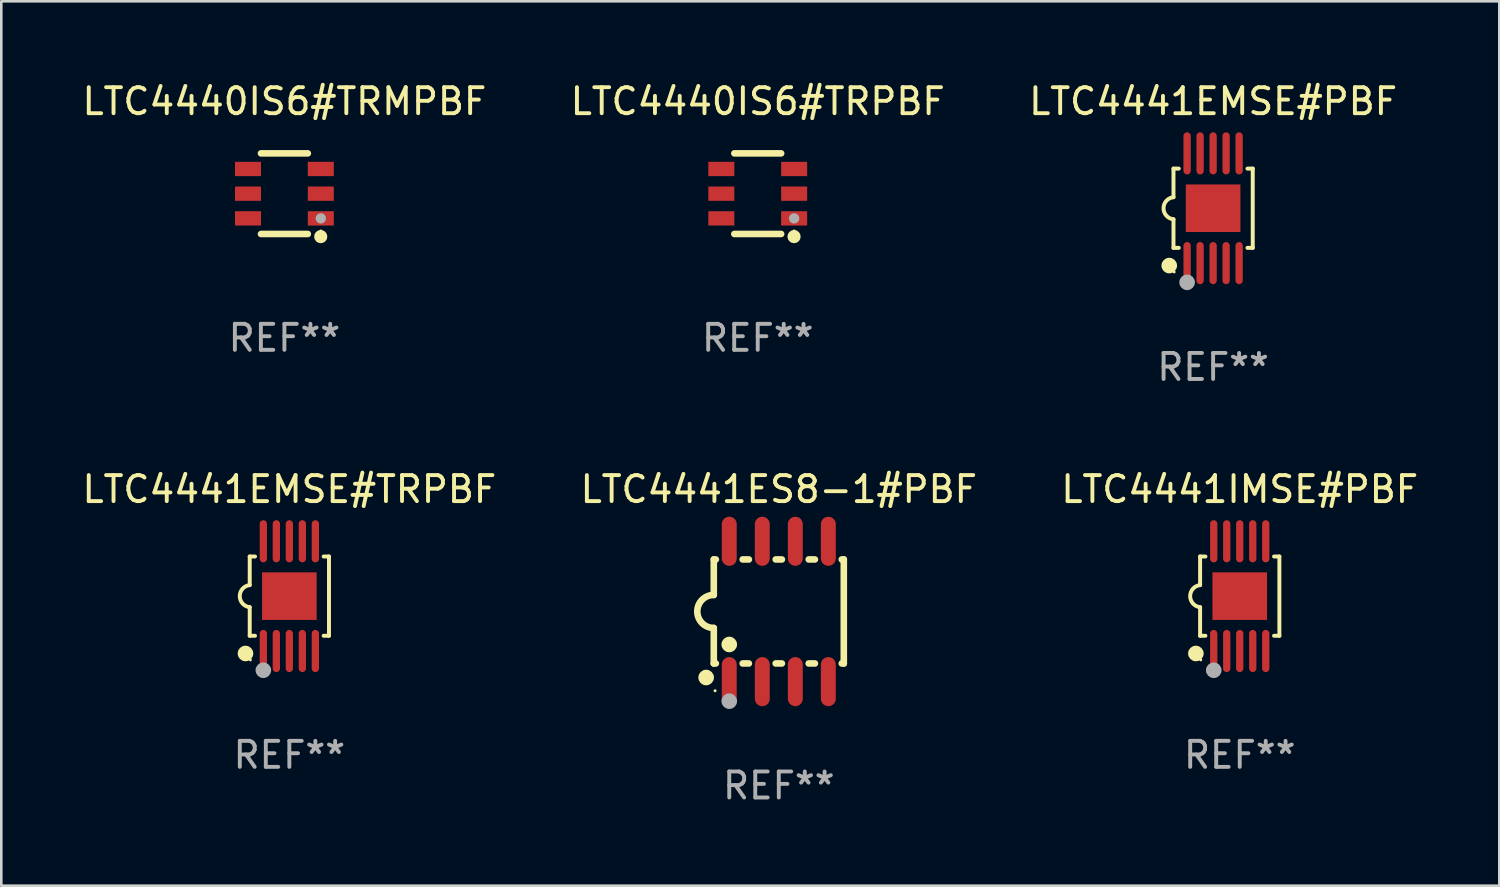
<source format=kicad_pcb>
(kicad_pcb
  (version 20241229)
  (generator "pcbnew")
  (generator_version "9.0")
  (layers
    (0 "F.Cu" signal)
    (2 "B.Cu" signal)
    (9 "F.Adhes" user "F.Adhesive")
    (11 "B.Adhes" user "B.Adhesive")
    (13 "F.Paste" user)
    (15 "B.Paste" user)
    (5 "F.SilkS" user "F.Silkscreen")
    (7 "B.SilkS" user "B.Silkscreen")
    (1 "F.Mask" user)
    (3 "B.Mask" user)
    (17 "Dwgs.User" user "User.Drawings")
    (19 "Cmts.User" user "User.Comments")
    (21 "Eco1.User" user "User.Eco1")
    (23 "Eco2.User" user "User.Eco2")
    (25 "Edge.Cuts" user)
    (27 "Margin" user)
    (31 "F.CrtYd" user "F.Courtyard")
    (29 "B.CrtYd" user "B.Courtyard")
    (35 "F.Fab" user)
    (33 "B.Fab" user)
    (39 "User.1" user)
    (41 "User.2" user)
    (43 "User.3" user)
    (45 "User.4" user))
  (footprint "LTC4441IMSE#PBF"
    (layer "F.Cu")
    (at 44.625 19.875)
    (property "Reference" "LTC4441IMSE#PBF" (at 0 -4.11 0) (layer "F.SilkS") (effects (font (size 1 1) (thickness 0.15))))
    (attr through_hole)
    (fp_line (start -1.524 -1.524) (end -1.524 -0.424) (stroke (width 0.152) (type solid)) (layer "F.SilkS"))
    (fp_line (start -1.524 1.524) (end -1.524 0.424) (stroke (width 0.152) (type solid)) (layer "F.SilkS"))
    (fp_line (start -1.524 1.524) (end -1.32 1.524) (stroke (width 0.152) (type solid)) (layer "F.SilkS"))
    (fp_line (start -1.32 -1.524) (end -1.524 -1.524) (stroke (width 0.152) (type solid)) (layer "F.SilkS"))
    (fp_line (start 1.32 1.524) (end 1.524 1.524) (stroke (width 0.152) (type solid)) (layer "F.SilkS"))
    (fp_line (start 1.524 -1.524) (end 1.32 -1.524) (stroke (width 0.152) (type solid)) (layer "F.SilkS"))
    (fp_line (start 1.524 1.524) (end 1.524 -1.524) (stroke (width 0.152) (type solid)) (layer "F.SilkS"))
    (fp_arc (start -1.524003 0.424003) (mid -1.906663 -0.000089) (end -1.524004 -0.424181) (stroke (width 0.151994) (type solid)) (layer "F.SilkS"))
    (fp_circle (center -1.687 2.205) (end -1.537 2.205) (stroke (width 0.3) (type solid)) (fill no) (layer "F.SilkS"))
    (fp_circle (center -1.5 2.45) (end -1.47 2.45) (stroke (width 0.06) (type solid)) (fill no) (layer "F.SilkS"))
    (fp_circle (center -1 2.85) (end -0.85 2.85) (stroke (width 0.3) (type solid)) (fill no) (layer "F.Fab"))
    (fp_text user "REF**" (at 0 6.11 0) (layer "F.Fab") (effects (font (size 1 1) (thickness 0.15))))
    (pad "1" smd oval (at -1 2.11) (size 0.28 1.62) (layers "F.Cu" "F.Mask" "F.Paste"))
    (pad "2" smd oval (at -0.5 2.11) (size 0.28 1.62) (layers "F.Cu" "F.Mask" "F.Paste"))
    (pad "3" smd oval (at 0 2.11) (size 0.28 1.62) (layers "F.Cu" "F.Mask" "F.Paste"))
    (pad "4" smd oval (at 0.5 2.11) (size 0.28 1.62) (layers "F.Cu" "F.Mask" "F.Paste"))
    (pad "5" smd oval (at 1 2.11) (size 0.28 1.62) (layers "F.Cu" "F.Mask" "F.Paste"))
    (pad "6" smd oval (at 1 -2.11) (size 0.28 1.62) (layers "F.Cu" "F.Mask" "F.Paste"))
    (pad "7" smd oval (at 0.5 -2.11) (size 0.28 1.62) (layers "F.Cu" "F.Mask" "F.Paste"))
    (pad "8" smd oval (at 0 -2.11) (size 0.28 1.62) (layers "F.Cu" "F.Mask" "F.Paste"))
    (pad "9" smd oval (at -0.5 -2.11) (size 0.28 1.62) (layers "F.Cu" "F.Mask" "F.Paste"))
    (pad "10" smd oval (at -1 -2.11) (size 0.28 1.62) (layers "F.Cu" "F.Mask" "F.Paste"))
    (pad "11" smd rect (at 0 0) (size 2.1 1.83) (layers "F.Cu" "F.Mask" "F.Paste")))
  (footprint "LTC4441EMSE#PBF"
    (layer "F.Cu")
    (at 43.601 4.958)
    (property "Reference" "LTC4441EMSE#PBF" (at 0 -4.11 0) (layer "F.SilkS") (effects (font (size 1 1) (thickness 0.15))))
    (attr through_hole)
    (fp_line (start -1.524 -1.524) (end -1.524 -0.424) (stroke (width 0.152) (type solid)) (layer "F.SilkS"))
    (fp_line (start -1.524 1.524) (end -1.524 0.424) (stroke (width 0.152) (type solid)) (layer "F.SilkS"))
    (fp_line (start -1.524 1.524) (end -1.32 1.524) (stroke (width 0.152) (type solid)) (layer "F.SilkS"))
    (fp_line (start -1.32 -1.524) (end -1.524 -1.524) (stroke (width 0.152) (type solid)) (layer "F.SilkS"))
    (fp_line (start 1.32 1.524) (end 1.524 1.524) (stroke (width 0.152) (type solid)) (layer "F.SilkS"))
    (fp_line (start 1.524 -1.524) (end 1.32 -1.524) (stroke (width 0.152) (type solid)) (layer "F.SilkS"))
    (fp_line (start 1.524 1.524) (end 1.524 -1.524) (stroke (width 0.152) (type solid)) (layer "F.SilkS"))
    (fp_arc (start -1.524003 0.424003) (mid -1.906663 -0.000089) (end -1.524004 -0.424181) (stroke (width 0.151994) (type solid)) (layer "F.SilkS"))
    (fp_circle (center -1.687 2.205) (end -1.537 2.205) (stroke (width 0.3) (type solid)) (fill no) (layer "F.SilkS"))
    (fp_circle (center -1.5 2.45) (end -1.47 2.45) (stroke (width 0.06) (type solid)) (fill no) (layer "F.SilkS"))
    (fp_circle (center -1 2.85) (end -0.85 2.85) (stroke (width 0.3) (type solid)) (fill no) (layer "F.Fab"))
    (fp_text user "REF**" (at 0 6.11 0) (layer "F.Fab") (effects (font (size 1 1) (thickness 0.15))))
    (pad "1" smd oval (at -1 2.11) (size 0.28 1.62) (layers "F.Cu" "F.Mask" "F.Paste"))
    (pad "2" smd oval (at -0.5 2.11) (size 0.28 1.62) (layers "F.Cu" "F.Mask" "F.Paste"))
    (pad "3" smd oval (at 0 2.11) (size 0.28 1.62) (layers "F.Cu" "F.Mask" "F.Paste"))
    (pad "4" smd oval (at 0.5 2.11) (size 0.28 1.62) (layers "F.Cu" "F.Mask" "F.Paste"))
    (pad "5" smd oval (at 1 2.11) (size 0.28 1.62) (layers "F.Cu" "F.Mask" "F.Paste"))
    (pad "6" smd oval (at 1 -2.11) (size 0.28 1.62) (layers "F.Cu" "F.Mask" "F.Paste"))
    (pad "7" smd oval (at 0.5 -2.11) (size 0.28 1.62) (layers "F.Cu" "F.Mask" "F.Paste"))
    (pad "8" smd oval (at 0 -2.11) (size 0.28 1.62) (layers "F.Cu" "F.Mask" "F.Paste"))
    (pad "9" smd oval (at -0.5 -2.11) (size 0.28 1.62) (layers "F.Cu" "F.Mask" "F.Paste"))
    (pad "10" smd oval (at -1 -2.11) (size 0.28 1.62) (layers "F.Cu" "F.Mask" "F.Paste"))
    (pad "11" smd rect (at 0 0) (size 2.1 1.83) (layers "F.Cu" "F.Mask" "F.Paste")))
  (footprint "LTC4441EMSE#TRPBF"
    (layer "F.Cu")
    (at 8.077 19.875)
    (property "Reference" "LTC4441EMSE#TRPBF" (at 0 -4.11 0) (layer "F.SilkS") (effects (font (size 1 1) (thickness 0.15))))
    (attr through_hole)
    (fp_line (start -1.524 -1.524) (end -1.524 -0.424) (stroke (width 0.152) (type solid)) (layer "F.SilkS"))
    (fp_line (start -1.524 1.524) (end -1.524 0.424) (stroke (width 0.152) (type solid)) (layer "F.SilkS"))
    (fp_line (start -1.524 1.524) (end -1.32 1.524) (stroke (width 0.152) (type solid)) (layer "F.SilkS"))
    (fp_line (start -1.32 -1.524) (end -1.524 -1.524) (stroke (width 0.152) (type solid)) (layer "F.SilkS"))
    (fp_line (start 1.32 1.524) (end 1.524 1.524) (stroke (width 0.152) (type solid)) (layer "F.SilkS"))
    (fp_line (start 1.524 -1.524) (end 1.32 -1.524) (stroke (width 0.152) (type solid)) (layer "F.SilkS"))
    (fp_line (start 1.524 1.524) (end 1.524 -1.524) (stroke (width 0.152) (type solid)) (layer "F.SilkS"))
    (fp_arc (start -1.524003 0.424003) (mid -1.906663 -0.000089) (end -1.524004 -0.424181) (stroke (width 0.151994) (type solid)) (layer "F.SilkS"))
    (fp_circle (center -1.687 2.205) (end -1.537 2.205) (stroke (width 0.3) (type solid)) (fill no) (layer "F.SilkS"))
    (fp_circle (center -1.5 2.45) (end -1.47 2.45) (stroke (width 0.06) (type solid)) (fill no) (layer "F.SilkS"))
    (fp_circle (center -1 2.85) (end -0.85 2.85) (stroke (width 0.3) (type solid)) (fill no) (layer "F.Fab"))
    (fp_text user "REF**" (at 0 6.11 0) (layer "F.Fab") (effects (font (size 1 1) (thickness 0.15))))
    (pad "1" smd oval (at -1 2.11) (size 0.28 1.62) (layers "F.Cu" "F.Mask" "F.Paste"))
    (pad "2" smd oval (at -0.5 2.11) (size 0.28 1.62) (layers "F.Cu" "F.Mask" "F.Paste"))
    (pad "3" smd oval (at 0 2.11) (size 0.28 1.62) (layers "F.Cu" "F.Mask" "F.Paste"))
    (pad "4" smd oval (at 0.5 2.11) (size 0.28 1.62) (layers "F.Cu" "F.Mask" "F.Paste"))
    (pad "5" smd oval (at 1 2.11) (size 0.28 1.62) (layers "F.Cu" "F.Mask" "F.Paste"))
    (pad "6" smd oval (at 1 -2.11) (size 0.28 1.62) (layers "F.Cu" "F.Mask" "F.Paste"))
    (pad "7" smd oval (at 0.5 -2.11) (size 0.28 1.62) (layers "F.Cu" "F.Mask" "F.Paste"))
    (pad "8" smd oval (at 0 -2.11) (size 0.28 1.62) (layers "F.Cu" "F.Mask" "F.Paste"))
    (pad "9" smd oval (at -0.5 -2.11) (size 0.28 1.62) (layers "F.Cu" "F.Mask" "F.Paste"))
    (pad "10" smd oval (at -1 -2.11) (size 0.28 1.62) (layers "F.Cu" "F.Mask" "F.Paste"))
    (pad "11" smd rect (at 0 0) (size 2.1 1.83) (layers "F.Cu" "F.Mask" "F.Paste")))
  (footprint "LTC4441ES8-1#PBF"
    (layer "F.Cu")
    (at 26.899 20.464)
    (property "Reference" "LTC4441ES8-1#PBF" (at 0 -4.699 0) (layer "F.SilkS") (effects (font (size 1 1) (thickness 0.15))))
    (attr through_hole)
    (fp_line (start -2.5 -2) (end -2.5 -0.635) (stroke (width 0.254) (type solid)) (layer "F.SilkS"))
    (fp_line (start -2.5 -2) (end -2.421 -2) (stroke (width 0.254) (type solid)) (layer "F.SilkS"))
    (fp_line (start -2.5 2) (end -2.5 0.635) (stroke (width 0.254) (type solid)) (layer "F.SilkS"))
    (fp_line (start -2.5 2) (end -2.421 2) (stroke (width 0.254) (type solid)) (layer "F.SilkS"))
    (fp_line (start -1.389 -2) (end -1.151 -2) (stroke (width 0.254) (type solid)) (layer "F.SilkS"))
    (fp_line (start -1.389 2) (end -1.151 2) (stroke (width 0.254) (type solid)) (layer "F.SilkS"))
    (fp_line (start -0.119 -2) (end 0.119 -2) (stroke (width 0.254) (type solid)) (layer "F.SilkS"))
    (fp_line (start -0.119 2) (end 0.119 2) (stroke (width 0.254) (type solid)) (layer "F.SilkS"))
    (fp_line (start 1.151 -2) (end 1.389 -2) (stroke (width 0.254) (type solid)) (layer "F.SilkS"))
    (fp_line (start 1.151 2) (end 1.389 2) (stroke (width 0.254) (type solid)) (layer "F.SilkS"))
    (fp_line (start 2.421 -2) (end 2.5 -2) (stroke (width 0.254) (type solid)) (layer "F.SilkS"))
    (fp_line (start 2.421 2) (end 2.5 2) (stroke (width 0.254) (type solid)) (layer "F.SilkS"))
    (fp_line (start 2.5 -2) (end 2.5 2) (stroke (width 0.254) (type solid)) (layer "F.SilkS"))
    (fp_arc (start -2.5 0.635001) (mid -3.134366 -0.000318) (end -2.499365 -0.635001) (stroke (width 0.254001) (type solid)) (layer "F.SilkS"))
    (fp_circle (center -2.794 2.54) (end -2.644 2.54) (stroke (width 0.3) (type solid)) (fill no) (layer "F.SilkS"))
    (fp_circle (center -2.45 3.05) (end -2.42 3.05) (stroke (width 0.06) (type solid)) (fill no) (layer "F.SilkS"))
    (fp_circle (center -1.905 1.27) (end -1.755 1.27) (stroke (width 0.3) (type solid)) (fill no) (layer "F.SilkS"))
    (fp_circle (center -1.905 3.45) (end -1.755 3.45) (stroke (width 0.3) (type solid)) (fill no) (layer "F.Fab"))
    (fp_text user "REF**" (at 0 6.699 0) (layer "F.Fab") (effects (font (size 1 1) (thickness 0.15))))
    (pad "1" smd oval (at -1.905 2.699) (size 0.574 1.888) (layers "F.Cu" "F.Mask" "F.Paste"))
    (pad "2" smd oval (at -0.635 2.699) (size 0.574 1.888) (layers "F.Cu" "F.Mask" "F.Paste"))
    (pad "3" smd oval (at 0.635 2.699) (size 0.574 1.888) (layers "F.Cu" "F.Mask" "F.Paste"))
    (pad "4" smd oval (at 1.905 2.699) (size 0.574 1.888) (layers "F.Cu" "F.Mask" "F.Paste"))
    (pad "5" smd oval (at 1.905 -2.699) (size 0.574 1.888) (layers "F.Cu" "F.Mask" "F.Paste"))
    (pad "6" smd oval (at 0.635 -2.699) (size 0.574 1.888) (layers "F.Cu" "F.Mask" "F.Paste"))
    (pad "7" smd oval (at -0.635 -2.699) (size 0.574 1.888) (layers "F.Cu" "F.Mask" "F.Paste"))
    (pad "8" smd oval (at -1.905 -2.699) (size 0.574 1.888) (layers "F.Cu" "F.Mask" "F.Paste")))
  (footprint "LTC4440IS6#TRPBF"
    (layer "F.Cu")
    (at 26.089 4.398)
    (property "Reference" "LTC4440IS6#TRPBF" (at 0 -3.55 0) (layer "F.SilkS") (effects (font (size 1 1) (thickness 0.15))))
    (attr through_hole)
    (fp_line (start -0.9 -1.55) (end 0.9 -1.55) (stroke (width 0.254) (type solid)) (layer "F.SilkS"))
    (fp_line (start -0.9 1.55) (end 0.9 1.55) (stroke (width 0.254) (type solid)) (layer "F.SilkS"))
    (fp_circle (center 1.397 1.651) (end 1.524 1.651) (stroke (width 0.254) (type solid)) (fill no) (layer "F.SilkS"))
    (fp_circle (center 1.4 1.435) (end 1.43 1.435) (stroke (width 0.06) (type solid)) (fill no) (layer "F.SilkS"))
    (fp_circle (center 1.4 0.95) (end 1.5 0.95) (stroke (width 0.2) (type solid)) (fill no) (layer "F.Fab"))
    (fp_text user "REF**" (at 0 5.55 0) (layer "F.Fab") (effects (font (size 1 1) (thickness 0.15))))
    (pad "1" smd rect (at 1.4 0.95) (size 1 0.55) (layers "F.Cu" "F.Mask" "F.Paste"))
    (pad "2" smd rect (at 1.4 -0.000102) (size 1 0.55) (layers "F.Cu" "F.Mask" "F.Paste"))
    (pad "3" smd rect (at 1.4 -0.95) (size 1 0.55) (layers "F.Cu" "F.Mask" "F.Paste"))
    (pad "4" smd rect (at -1.4 -0.95) (size 1 0.55) (layers "F.Cu" "F.Mask" "F.Paste"))
    (pad "5" smd rect (at -1.4 -0.000102) (size 1 0.55) (layers "F.Cu" "F.Mask" "F.Paste"))
    (pad "6" smd rect (at -1.4 0.95) (size 1 0.55) (layers "F.Cu" "F.Mask" "F.Paste")))
  (footprint "LTC4440IS6#TRMPBF"
    (layer "F.Cu")
    (at 7.887 4.398)
    (property "Reference" "LTC4440IS6#TRMPBF" (at 0 -3.55 0) (layer "F.SilkS") (effects (font (size 1 1) (thickness 0.15))))
    (attr through_hole)
    (fp_line (start -0.9 -1.55) (end 0.9 -1.55) (stroke (width 0.254) (type solid)) (layer "F.SilkS"))
    (fp_line (start -0.9 1.55) (end 0.9 1.55) (stroke (width 0.254) (type solid)) (layer "F.SilkS"))
    (fp_circle (center 1.397 1.651) (end 1.524 1.651) (stroke (width 0.254) (type solid)) (fill no) (layer "F.SilkS"))
    (fp_circle (center 1.4 1.435) (end 1.43 1.435) (stroke (width 0.06) (type solid)) (fill no) (layer "F.SilkS"))
    (fp_circle (center 1.4 0.95) (end 1.5 0.95) (stroke (width 0.2) (type solid)) (fill no) (layer "F.Fab"))
    (fp_text user "REF**" (at 0 5.55 0) (layer "F.Fab") (effects (font (size 1 1) (thickness 0.15))))
    (pad "1" smd rect (at 1.4 0.95) (size 1 0.55) (layers "F.Cu" "F.Mask" "F.Paste"))
    (pad "2" smd rect (at 1.4 -0.000102) (size 1 0.55) (layers "F.Cu" "F.Mask" "F.Paste"))
    (pad "3" smd rect (at 1.4 -0.95) (size 1 0.55) (layers "F.Cu" "F.Mask" "F.Paste"))
    (pad "4" smd rect (at -1.4 -0.95) (size 1 0.55) (layers "F.Cu" "F.Mask" "F.Paste"))
    (pad "5" smd rect (at -1.4 -0.000102) (size 1 0.55) (layers "F.Cu" "F.Mask" "F.Paste"))
    (pad "6" smd rect (at -1.4 0.95) (size 1 0.55) (layers "F.Cu" "F.Mask" "F.Paste")))
  (gr_rect
    (start -3 -3)
    (end 54.607 31.011)
    (stroke (width 0.1) (type default))
    (fill no)
    (layer "Edge.Cuts")))
</source>
